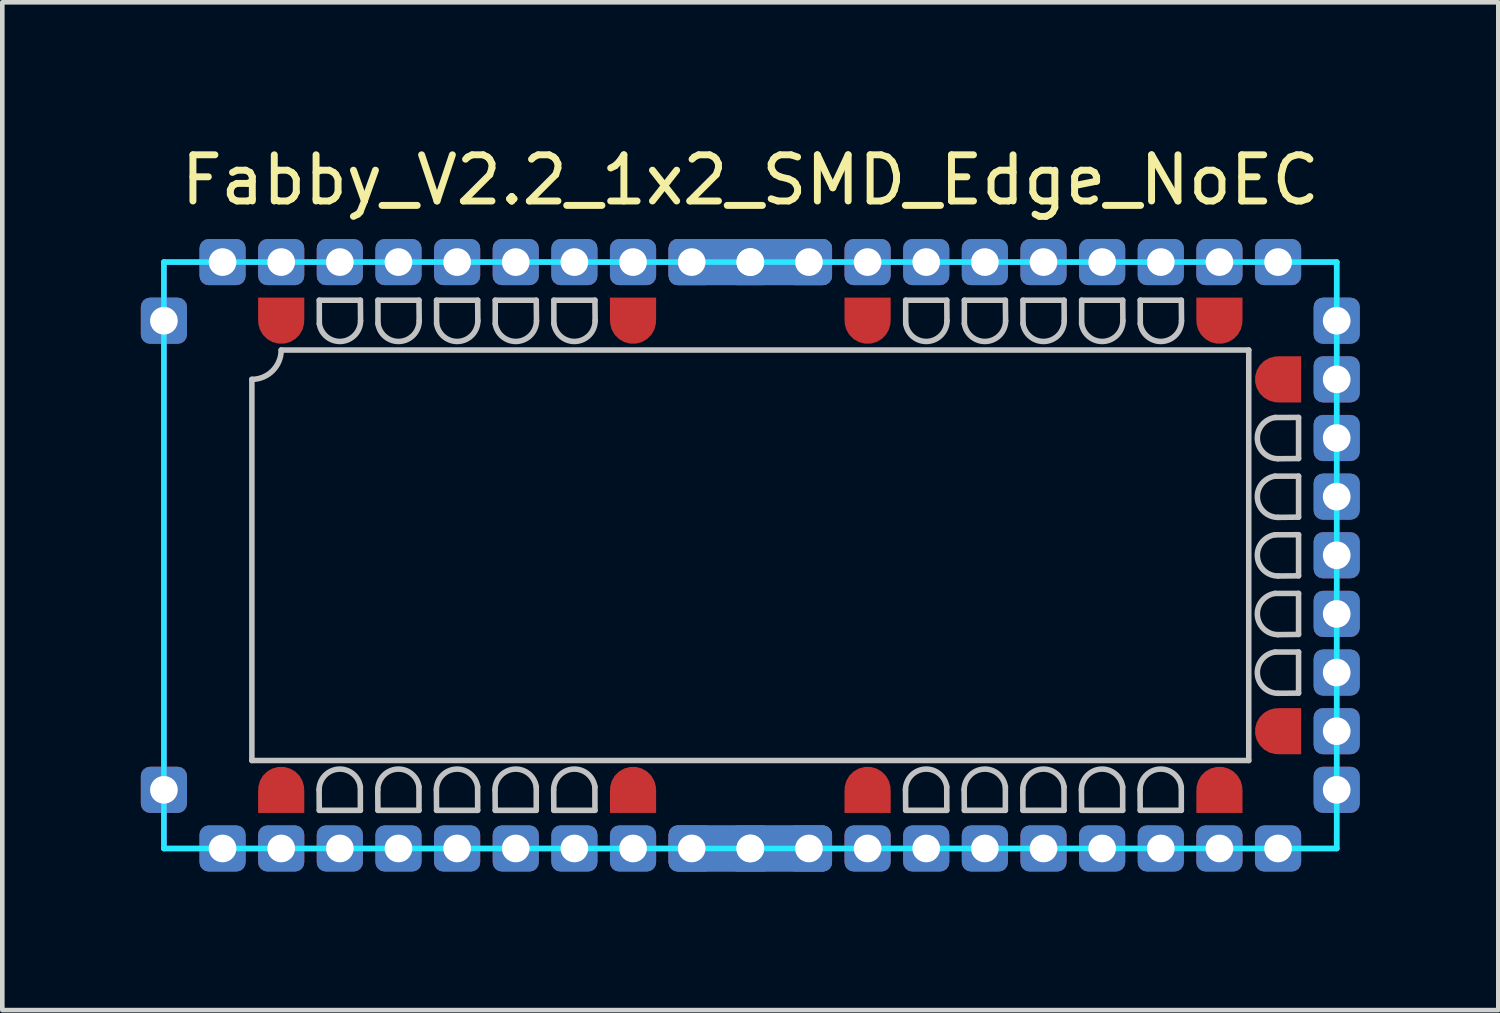
<source format=kicad_pcb>
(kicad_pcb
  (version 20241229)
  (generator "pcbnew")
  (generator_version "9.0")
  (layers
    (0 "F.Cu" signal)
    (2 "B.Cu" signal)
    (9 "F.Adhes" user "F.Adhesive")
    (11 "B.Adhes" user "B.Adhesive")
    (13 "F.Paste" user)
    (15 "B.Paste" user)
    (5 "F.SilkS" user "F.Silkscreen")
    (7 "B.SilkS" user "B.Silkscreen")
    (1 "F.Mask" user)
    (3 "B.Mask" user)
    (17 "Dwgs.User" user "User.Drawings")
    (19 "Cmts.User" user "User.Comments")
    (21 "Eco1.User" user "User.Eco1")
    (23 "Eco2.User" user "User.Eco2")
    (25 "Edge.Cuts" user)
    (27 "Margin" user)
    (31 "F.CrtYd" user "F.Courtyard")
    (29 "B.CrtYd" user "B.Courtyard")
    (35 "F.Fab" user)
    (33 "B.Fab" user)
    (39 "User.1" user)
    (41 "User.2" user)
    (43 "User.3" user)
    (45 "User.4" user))
  (footprint "Fabby_V2.2_1x2_SMD_Edge_NoEC"
    (layer "F.Cu")
    (at 13.2 8.976)
    (property "Reference" "Fabby_V2.2_1x2_SMD_Edge_NoEC" (at 0 -8.128 0) (layer "F.SilkS") (effects (font (size 1 1) (thickness 0.15))))
    (attr through_hole)
    (fp_line (start -10.795 4.445) (end -10.795 -3.81) (stroke (width 0.12) (type solid)) (layer "Dwgs.User"))
    (fp_line (start -10.16 -4.445) (end 10.795 -4.445) (stroke (width 0.12) (type solid)) (layer "Dwgs.User"))
    (fp_line (start -9.339 5.08) (end -9.335 5.524) (stroke (width 0.12) (type solid)) (layer "Dwgs.User"))
    (fp_line (start -9.335 -5.524) (end -9.334 -5.017) (stroke (width 0.12) (type solid)) (layer "Dwgs.User"))
    (fp_line (start -9.335 5.524) (end -8.445 5.524) (stroke (width 0.12) (type solid)) (layer "Dwgs.User"))
    (fp_line (start -8.445 -5.524) (end -9.335 -5.524) (stroke (width 0.12) (type solid)) (layer "Dwgs.User"))
    (fp_line (start -8.445 5.524) (end -8.446 5.017) (stroke (width 0.12) (type solid)) (layer "Dwgs.User"))
    (fp_line (start -8.441 -5.08) (end -8.445 -5.524) (stroke (width 0.12) (type solid)) (layer "Dwgs.User"))
    (fp_line (start -8.069 5.08) (end -8.065 5.524) (stroke (width 0.12) (type solid)) (layer "Dwgs.User"))
    (fp_line (start -8.065 -5.524) (end -8.064 -5.017) (stroke (width 0.12) (type solid)) (layer "Dwgs.User"))
    (fp_line (start -8.065 5.524) (end -7.176 5.524) (stroke (width 0.12) (type solid)) (layer "Dwgs.User"))
    (fp_line (start -7.176 -5.524) (end -8.065 -5.524) (stroke (width 0.12) (type solid)) (layer "Dwgs.User"))
    (fp_line (start -7.176 5.524) (end -7.176 5.017) (stroke (width 0.12) (type solid)) (layer "Dwgs.User"))
    (fp_line (start -7.171 -5.08) (end -7.176 -5.524) (stroke (width 0.12) (type solid)) (layer "Dwgs.User"))
    (fp_line (start -6.799 5.08) (end -6.795 5.524) (stroke (width 0.12) (type solid)) (layer "Dwgs.User"))
    (fp_line (start -6.795 -5.524) (end -6.794 -5.017) (stroke (width 0.12) (type solid)) (layer "Dwgs.User"))
    (fp_line (start -6.795 5.524) (end -5.905 5.524) (stroke (width 0.12) (type solid)) (layer "Dwgs.User"))
    (fp_line (start -5.905 -5.524) (end -6.795 -5.524) (stroke (width 0.12) (type solid)) (layer "Dwgs.User"))
    (fp_line (start -5.905 5.524) (end -5.906 5.017) (stroke (width 0.12) (type solid)) (layer "Dwgs.User"))
    (fp_line (start -5.901 -5.08) (end -5.905 -5.524) (stroke (width 0.12) (type solid)) (layer "Dwgs.User"))
    (fp_line (start -5.529 5.08) (end -5.524 5.524) (stroke (width 0.12) (type solid)) (layer "Dwgs.User"))
    (fp_line (start -5.524 -5.524) (end -5.524 -5.017) (stroke (width 0.12) (type solid)) (layer "Dwgs.User"))
    (fp_line (start -5.524 5.524) (end -4.636 5.524) (stroke (width 0.12) (type solid)) (layer "Dwgs.User"))
    (fp_line (start -4.636 -5.524) (end -5.524 -5.524) (stroke (width 0.12) (type solid)) (layer "Dwgs.User"))
    (fp_line (start -4.636 5.524) (end -4.636 5.017) (stroke (width 0.12) (type solid)) (layer "Dwgs.User"))
    (fp_line (start -4.631 -5.08) (end -4.636 -5.524) (stroke (width 0.12) (type solid)) (layer "Dwgs.User"))
    (fp_line (start -4.259 5.08) (end -4.255 5.524) (stroke (width 0.12) (type solid)) (layer "Dwgs.User"))
    (fp_line (start -4.255 -5.524) (end -4.254 -5.017) (stroke (width 0.12) (type solid)) (layer "Dwgs.User"))
    (fp_line (start -4.255 5.524) (end -3.365 5.524) (stroke (width 0.12) (type solid)) (layer "Dwgs.User"))
    (fp_line (start -3.365 -5.524) (end -4.255 -5.524) (stroke (width 0.12) (type solid)) (layer "Dwgs.User"))
    (fp_line (start -3.365 5.524) (end -3.366 5.017) (stroke (width 0.12) (type solid)) (layer "Dwgs.User"))
    (fp_line (start -3.361 -5.08) (end -3.365 -5.524) (stroke (width 0.12) (type solid)) (layer "Dwgs.User"))
    (fp_line (start 3.361 5.08) (end 3.365 5.524) (stroke (width 0.12) (type solid)) (layer "Dwgs.User"))
    (fp_line (start 3.365 -5.524) (end 3.366 -5.017) (stroke (width 0.12) (type solid)) (layer "Dwgs.User"))
    (fp_line (start 3.365 5.524) (end 4.255 5.524) (stroke (width 0.12) (type solid)) (layer "Dwgs.User"))
    (fp_line (start 4.255 -5.524) (end 3.365 -5.524) (stroke (width 0.12) (type solid)) (layer "Dwgs.User"))
    (fp_line (start 4.255 5.524) (end 4.254 5.017) (stroke (width 0.12) (type solid)) (layer "Dwgs.User"))
    (fp_line (start 4.259 -5.08) (end 4.255 -5.524) (stroke (width 0.12) (type solid)) (layer "Dwgs.User"))
    (fp_line (start 4.631 5.08) (end 4.636 5.524) (stroke (width 0.12) (type solid)) (layer "Dwgs.User"))
    (fp_line (start 4.636 -5.524) (end 4.636 -5.017) (stroke (width 0.12) (type solid)) (layer "Dwgs.User"))
    (fp_line (start 4.636 5.524) (end 5.524 5.524) (stroke (width 0.12) (type solid)) (layer "Dwgs.User"))
    (fp_line (start 5.524 -5.524) (end 4.636 -5.524) (stroke (width 0.12) (type solid)) (layer "Dwgs.User"))
    (fp_line (start 5.524 5.524) (end 5.524 5.017) (stroke (width 0.12) (type solid)) (layer "Dwgs.User"))
    (fp_line (start 5.529 -5.08) (end 5.524 -5.524) (stroke (width 0.12) (type solid)) (layer "Dwgs.User"))
    (fp_line (start 5.901 5.08) (end 5.905 5.524) (stroke (width 0.12) (type solid)) (layer "Dwgs.User"))
    (fp_line (start 5.905 -5.524) (end 5.906 -5.017) (stroke (width 0.12) (type solid)) (layer "Dwgs.User"))
    (fp_line (start 5.905 5.524) (end 6.795 5.524) (stroke (width 0.12) (type solid)) (layer "Dwgs.User"))
    (fp_line (start 6.795 -5.524) (end 5.905 -5.524) (stroke (width 0.12) (type solid)) (layer "Dwgs.User"))
    (fp_line (start 6.795 5.524) (end 6.794 5.017) (stroke (width 0.12) (type solid)) (layer "Dwgs.User"))
    (fp_line (start 6.799 -5.08) (end 6.795 -5.524) (stroke (width 0.12) (type solid)) (layer "Dwgs.User"))
    (fp_line (start 7.171 5.08) (end 7.176 5.524) (stroke (width 0.12) (type solid)) (layer "Dwgs.User"))
    (fp_line (start 7.176 -5.524) (end 7.176 -5.017) (stroke (width 0.12) (type solid)) (layer "Dwgs.User"))
    (fp_line (start 7.176 5.524) (end 8.065 5.524) (stroke (width 0.12) (type solid)) (layer "Dwgs.User"))
    (fp_line (start 8.065 -5.524) (end 7.176 -5.524) (stroke (width 0.12) (type solid)) (layer "Dwgs.User"))
    (fp_line (start 8.065 5.524) (end 8.064 5.017) (stroke (width 0.12) (type solid)) (layer "Dwgs.User"))
    (fp_line (start 8.069 -5.08) (end 8.065 -5.524) (stroke (width 0.12) (type solid)) (layer "Dwgs.User"))
    (fp_line (start 8.441 5.08) (end 8.445 5.524) (stroke (width 0.12) (type solid)) (layer "Dwgs.User"))
    (fp_line (start 8.445 -5.524) (end 8.446 -5.017) (stroke (width 0.12) (type solid)) (layer "Dwgs.User"))
    (fp_line (start 8.445 5.524) (end 9.335 5.524) (stroke (width 0.12) (type solid)) (layer "Dwgs.User"))
    (fp_line (start 9.335 -5.524) (end 8.445 -5.524) (stroke (width 0.12) (type solid)) (layer "Dwgs.User"))
    (fp_line (start 9.335 5.524) (end 9.334 5.017) (stroke (width 0.12) (type solid)) (layer "Dwgs.User"))
    (fp_line (start 9.339 -5.08) (end 9.335 -5.524) (stroke (width 0.12) (type solid)) (layer "Dwgs.User"))
    (fp_line (start 10.795 -4.445) (end 10.795 4.445) (stroke (width 0.12) (type solid)) (layer "Dwgs.User"))
    (fp_line (start 10.795 4.445) (end -10.795 4.445) (stroke (width 0.12) (type solid)) (layer "Dwgs.User"))
    (fp_line (start 11.43 -2.091) (end 11.874 -2.095) (stroke (width 0.12) (type solid)) (layer "Dwgs.User"))
    (fp_line (start 11.43 -0.821) (end 11.874 -0.826) (stroke (width 0.12) (type solid)) (layer "Dwgs.User"))
    (fp_line (start 11.43 0.449) (end 11.874 0.445) (stroke (width 0.12) (type solid)) (layer "Dwgs.User"))
    (fp_line (start 11.43 1.719) (end 11.874 1.714) (stroke (width 0.12) (type solid)) (layer "Dwgs.User"))
    (fp_line (start 11.43 2.989) (end 11.874 2.985) (stroke (width 0.12) (type solid)) (layer "Dwgs.User"))
    (fp_line (start 11.874 -2.985) (end 11.367 -2.984) (stroke (width 0.12) (type solid)) (layer "Dwgs.User"))
    (fp_line (start 11.874 -2.095) (end 11.874 -2.985) (stroke (width 0.12) (type solid)) (layer "Dwgs.User"))
    (fp_line (start 11.874 -1.714) (end 11.367 -1.714) (stroke (width 0.12) (type solid)) (layer "Dwgs.User"))
    (fp_line (start 11.874 -0.826) (end 11.874 -1.714) (stroke (width 0.12) (type solid)) (layer "Dwgs.User"))
    (fp_line (start 11.874 -0.445) (end 11.367 -0.444) (stroke (width 0.12) (type solid)) (layer "Dwgs.User"))
    (fp_line (start 11.874 0.445) (end 11.874 -0.445) (stroke (width 0.12) (type solid)) (layer "Dwgs.User"))
    (fp_line (start 11.874 0.826) (end 11.367 0.826) (stroke (width 0.12) (type solid)) (layer "Dwgs.User"))
    (fp_line (start 11.874 1.714) (end 11.874 0.826) (stroke (width 0.12) (type solid)) (layer "Dwgs.User"))
    (fp_line (start 11.874 2.095) (end 11.367 2.096) (stroke (width 0.12) (type solid)) (layer "Dwgs.User"))
    (fp_line (start 11.874 2.985) (end 11.874 2.095) (stroke (width 0.12) (type solid)) (layer "Dwgs.User"))
    (fp_arc (start -10.16 -4.445) (mid -10.345987 -3.995987) (end -10.795 -3.81) (stroke (width 0.12) (type solid)) (layer "Dwgs.User"))
    (fp_arc (start -9.339012 5.079999) (mid -8.921829 4.632118) (end -8.445501 5.016501) (stroke (width 0.12) (type solid)) (layer "Dwgs.User"))
    (fp_arc (start -8.440988 -5.079999) (mid -8.858171 -4.632118) (end -9.334499 -5.016501) (stroke (width 0.12) (type solid)) (layer "Dwgs.User"))
    (fp_arc (start -8.069012 5.079999) (mid -7.651829 4.632118) (end -7.175501 5.016501) (stroke (width 0.12) (type solid)) (layer "Dwgs.User"))
    (fp_arc (start -7.170988 -5.079999) (mid -7.588171 -4.632118) (end -8.064499 -5.016501) (stroke (width 0.12) (type solid)) (layer "Dwgs.User"))
    (fp_arc (start -6.799012 5.079999) (mid -6.381829 4.632118) (end -5.905501 5.016501) (stroke (width 0.12) (type solid)) (layer "Dwgs.User"))
    (fp_arc (start -5.900988 -5.079999) (mid -6.318171 -4.632118) (end -6.794499 -5.016501) (stroke (width 0.12) (type solid)) (layer "Dwgs.User"))
    (fp_arc (start -5.529012 5.079999) (mid -5.111829 4.632118) (end -4.635501 5.016501) (stroke (width 0.12) (type solid)) (layer "Dwgs.User"))
    (fp_arc (start -4.630988 -5.079999) (mid -5.048171 -4.632118) (end -5.524499 -5.016501) (stroke (width 0.12) (type solid)) (layer "Dwgs.User"))
    (fp_arc (start -4.259012 5.079999) (mid -3.841829 4.632118) (end -3.365501 5.016501) (stroke (width 0.12) (type solid)) (layer "Dwgs.User"))
    (fp_arc (start -3.360988 -5.079999) (mid -3.778171 -4.632118) (end -4.254499 -5.016501) (stroke (width 0.12) (type solid)) (layer "Dwgs.User"))
    (fp_arc (start 3.360988 5.079999) (mid 3.778171 4.632118) (end 4.254499 5.016501) (stroke (width 0.12) (type solid)) (layer "Dwgs.User"))
    (fp_arc (start 4.259012 -5.079999) (mid 3.841829 -4.632118) (end 3.365501 -5.016501) (stroke (width 0.12) (type solid)) (layer "Dwgs.User"))
    (fp_arc (start 4.630988 5.079999) (mid 5.048171 4.632118) (end 5.524499 5.016501) (stroke (width 0.12) (type solid)) (layer "Dwgs.User"))
    (fp_arc (start 5.529012 -5.079999) (mid 5.111829 -4.632118) (end 4.635501 -5.016501) (stroke (width 0.12) (type solid)) (layer "Dwgs.User"))
    (fp_arc (start 5.900988 5.079999) (mid 6.318171 4.632118) (end 6.794499 5.016501) (stroke (width 0.12) (type solid)) (layer "Dwgs.User"))
    (fp_arc (start 6.799012 -5.079999) (mid 6.381829 -4.632118) (end 5.905501 -5.016501) (stroke (width 0.12) (type solid)) (layer "Dwgs.User"))
    (fp_arc (start 7.170988 5.079999) (mid 7.588171 4.632118) (end 8.064499 5.016501) (stroke (width 0.12) (type solid)) (layer "Dwgs.User"))
    (fp_arc (start 8.069012 -5.079999) (mid 7.651829 -4.632118) (end 7.175501 -5.016501) (stroke (width 0.12) (type solid)) (layer "Dwgs.User"))
    (fp_arc (start 8.440988 5.079999) (mid 8.858171 4.632118) (end 9.334499 5.016501) (stroke (width 0.12) (type solid)) (layer "Dwgs.User"))
    (fp_arc (start 9.339012 -5.079999) (mid 8.921829 -4.632118) (end 8.445501 -5.016501) (stroke (width 0.12) (type solid)) (layer "Dwgs.User"))
    (fp_arc (start 11.429999 -2.090988) (mid 10.982118 -2.508171) (end 11.366501 -2.984499) (stroke (width 0.12) (type solid)) (layer "Dwgs.User"))
    (fp_arc (start 11.429999 -0.820988) (mid 10.982118 -1.238171) (end 11.366501 -1.714499) (stroke (width 0.12) (type solid)) (layer "Dwgs.User"))
    (fp_arc (start 11.429999 0.449012) (mid 10.982118 0.031829) (end 11.366501 -0.444499) (stroke (width 0.12) (type solid)) (layer "Dwgs.User"))
    (fp_arc (start 11.429999 1.719012) (mid 10.982118 1.301829) (end 11.366501 0.825501) (stroke (width 0.12) (type solid)) (layer "Dwgs.User"))
    (fp_arc (start 11.429999 2.989012) (mid 10.982118 2.571829) (end 11.366501 2.095501) (stroke (width 0.12) (type solid)) (layer "Dwgs.User"))
    (fp_line (start -12.7 -6.35) (end 12.7 -6.35) (stroke (width 0.12) (type solid)) (layer "B.CrtYd"))
    (fp_line (start -12.7 6.35) (end -12.7 -6.35) (stroke (width 0.12) (type solid)) (layer "B.CrtYd"))
    (fp_line (start 12.7 -6.35) (end 12.7 6.35) (stroke (width 0.12) (type solid)) (layer "B.CrtYd"))
    (fp_line (start 12.7 6.35) (end -12.7 6.35) (stroke (width 0.12) (type solid)) (layer "B.CrtYd"))
    (fp_line (start -12.7 -6.35) (end 12.7 -6.35) (stroke (width 0.12) (type solid)) (layer "F.CrtYd"))
    (fp_line (start -12.7 6.35) (end -12.7 -6.35) (stroke (width 0.12) (type solid)) (layer "F.CrtYd"))
    (fp_line (start 12.7 -6.35) (end 12.7 6.35) (stroke (width 0.12) (type solid)) (layer "F.CrtYd"))
    (fp_line (start 12.7 6.35) (end -12.7 6.35) (stroke (width 0.12) (type solid)) (layer "F.CrtYd"))
    (pad "" thru_hole roundrect (at -10.16 -6.35 270) (size 1 1) (drill 0.6) (layers "*.Cu" "*.Mask") (roundrect_rratio 0.2))
    (pad "" thru_hole roundrect (at -10.16 6.35 270) (size 1 1) (drill 0.6) (layers "*.Cu" "*.Mask") (roundrect_rratio 0.2))
    (pad "" thru_hole roundrect (at -2.54 -6.35 270) (size 1 1) (drill 0.6) (layers "*.Cu" "*.Mask") (roundrect_rratio 0.2))
    (pad "" thru_hole roundrect (at -2.54 6.35 270) (size 1 1) (drill 0.6) (layers "*.Cu" "*.Mask") (roundrect_rratio 0.2))
    (pad "" thru_hole roundrect (at 2.54 -6.35 270) (size 1 1) (drill 0.6) (layers "*.Cu" "*.Mask") (roundrect_rratio 0.2))
    (pad "" thru_hole roundrect (at 2.54 6.35 270) (size 1 1) (drill 0.6) (layers "*.Cu" "*.Mask") (roundrect_rratio 0.2))
    (pad "" thru_hole roundrect (at 10.16 -6.35 270) (size 1 1) (drill 0.6) (layers "*.Cu" "*.Mask") (roundrect_rratio 0.2))
    (pad "" thru_hole roundrect (at 10.16 6.35 270) (size 1 1) (drill 0.6) (layers "*.Cu" "*.Mask") (roundrect_rratio 0.2))
    (pad "" thru_hole roundrect (at 12.7 -3.81 270) (size 1 1) (drill 0.6) (layers "*.Cu" "*.Mask") (roundrect_rratio 0.2))
    (pad "" thru_hole roundrect (at 12.7 3.81 270) (size 1 1) (drill 0.6) (layers "*.Cu" "*.Mask") (roundrect_rratio 0.2))
    (pad "1" thru_hole roundrect (at -12.7 -5.08 270) (size 1 1) (drill 0.6) (layers "*.Cu" "*.Mask") (roundrect_rratio 0.2))
    (pad "1" thru_hole roundrect (at -12.7 5.08 270) (size 1 1) (drill 0.6) (layers "*.Cu" "*.Mask") (roundrect_rratio 0.2))
    (pad "1" thru_hole roundrect (at -11.43 -6.35 180) (size 1 1) (drill 0.6) (layers "*.Cu" "*.Mask") (roundrect_rratio 0.2))
    (pad "1" thru_hole roundrect (at -11.43 6.35) (size 1 1) (drill 0.6) (layers "*.Cu" "*.Mask") (roundrect_rratio 0.2))
    (pad "1" thru_hole roundrect (at -1.27 -6.35) (size 1 1) (drill 0.6) (layers "*.Cu" "*.Mask") (roundrect_rratio 0.2))
    (pad "1" thru_hole roundrect (at -1.27 6.35) (size 1 1) (drill 0.6) (layers "*.Cu" "*.Mask") (roundrect_rratio 0.2))
    (pad "1" thru_hole roundrect (at 0 -6.35 270) (size 1 2.254) (drill 0.6 (offset 0 -0.643)) (layers "*.Cu" "*.Mask") (roundrect_rratio 0.2))
    (pad "1" thru_hole roundrect (at 0 -6.35 90) (size 1 2.254) (drill 0.6 (offset 0 -0.643)) (layers "*.Cu" "*.Mask") (roundrect_rratio 0.2))
    (pad "1" thru_hole roundrect (at 0 6.35 270) (size 1 2.254) (drill 0.6 (offset 0 -0.643)) (layers "*.Cu" "*.Mask") (roundrect_rratio 0.2))
    (pad "1" thru_hole roundrect (at 0 6.35 90) (size 1 2.254) (drill 0.6 (offset 0 -0.643)) (layers "*.Cu" "*.Mask") (roundrect_rratio 0.2))
    (pad "1" thru_hole roundrect (at 1.27 -6.35) (size 1 1) (drill 0.6) (layers "*.Cu" "*.Mask") (roundrect_rratio 0.2))
    (pad "1" thru_hole roundrect (at 1.27 6.35) (size 1 1) (drill 0.6) (layers "*.Cu" "*.Mask") (roundrect_rratio 0.2))
    (pad "1" thru_hole roundrect (at 11.43 -6.35 180) (size 1 1) (drill 0.6) (layers "*.Cu" "*.Mask") (roundrect_rratio 0.2))
    (pad "1" thru_hole roundrect (at 11.43 6.35) (size 1 1) (drill 0.6) (layers "*.Cu" "*.Mask") (roundrect_rratio 0.2))
    (pad "1" thru_hole roundrect (at 12.7 -5.08 90) (size 1 1) (drill 0.6) (layers "*.Cu" "*.Mask") (roundrect_rratio 0.2))
    (pad "1" thru_hole roundrect (at 12.7 5.08 90) (size 1 1) (drill 0.6) (layers "*.Cu" "*.Mask") (roundrect_rratio 0.2))
    (pad "9" smd custom (at -10.16 5.08 90) (size 1 1) (layers "F.Cu" "F.Mask" "F.Paste") (options (anchor circle)) (primitives (gr_poly (pts (xy -0.5 -0.5) (xy 0 -0.5) (xy 0 0.5) (xy -0.5 0.5)) (width 0) (fill yes))))
    (pad "10" thru_hole roundrect (at -8.89 6.35 270) (size 1 1) (drill 0.6) (layers "*.Cu" "*.Mask") (roundrect_rratio 0.2))
    (pad "11" thru_hole roundrect (at -7.62 6.35 270) (size 1 1) (drill 0.6) (layers "*.Cu" "*.Mask") (roundrect_rratio 0.2))
    (pad "12" thru_hole roundrect (at -6.35 6.35 270) (size 1 1) (drill 0.6) (layers "*.Cu" "*.Mask") (roundrect_rratio 0.2))
    (pad "13" thru_hole roundrect (at -5.08 6.35 270) (size 1 1) (drill 0.6) (layers "*.Cu" "*.Mask") (roundrect_rratio 0.2))
    (pad "14" thru_hole roundrect (at -3.81 6.35 270) (size 1 1) (drill 0.6) (layers "*.Cu" "*.Mask") (roundrect_rratio 0.2))
    (pad "15" smd custom (at -2.54 5.08 90) (size 1 1) (layers "F.Cu" "F.Mask" "F.Paste") (options (anchor circle)) (primitives (gr_poly (pts (xy -0.5 -0.5) (xy 0 -0.5) (xy 0 0.5) (xy -0.5 0.5)) (width 0) (fill yes))))
    (pad "16" smd custom (at 2.54 5.08 90) (size 1 1) (layers "F.Cu" "F.Mask" "F.Paste") (options (anchor circle)) (primitives (gr_poly (pts (xy -0.5 -0.5) (xy 0 -0.5) (xy 0 0.5) (xy -0.5 0.5)) (width 0) (fill yes))))
    (pad "17" thru_hole roundrect (at 3.81 6.35 270) (size 1 1) (drill 0.6) (layers "*.Cu" "*.Mask") (roundrect_rratio 0.2))
    (pad "18" thru_hole roundrect (at 5.08 6.35 270) (size 1 1) (drill 0.6) (layers "*.Cu" "*.Mask") (roundrect_rratio 0.2))
    (pad "19" thru_hole roundrect (at 6.35 6.35 270) (size 1 1) (drill 0.6) (layers "*.Cu" "*.Mask") (roundrect_rratio 0.2))
    (pad "20" thru_hole roundrect (at 7.62 6.35 270) (size 1 1) (drill 0.6) (layers "*.Cu" "*.Mask") (roundrect_rratio 0.2))
    (pad "21" thru_hole roundrect (at 8.89 6.35 270) (size 1 1) (drill 0.6) (layers "*.Cu" "*.Mask") (roundrect_rratio 0.2))
    (pad "22" smd custom (at 10.16 5.08 90) (size 1 1) (layers "F.Cu" "F.Mask" "F.Paste") (options (anchor circle)) (primitives (gr_poly (pts (xy -0.5 -0.5) (xy 0 -0.5) (xy 0 0.5) (xy -0.5 0.5)) (width 0) (fill yes))))
    (pad "23" smd custom (at 11.43 3.81 180) (size 1 1) (layers "F.Cu" "F.Mask" "F.Paste") (options (anchor circle)) (primitives (gr_poly (pts (xy -0.5 -0.5) (xy 0 -0.5) (xy 0 0.5) (xy -0.5 0.5)) (width 0) (fill yes))))
    (pad "24" thru_hole roundrect (at 12.7 2.54 90) (size 1 1) (drill 0.6) (layers "*.Cu" "*.Mask") (roundrect_rratio 0.2))
    (pad "25" thru_hole roundrect (at 12.7 1.27 90) (size 1 1) (drill 0.6) (layers "*.Cu" "*.Mask") (roundrect_rratio 0.2))
    (pad "26" thru_hole roundrect (at 12.7 0 90) (size 1 1) (drill 0.6) (layers "*.Cu" "*.Mask") (roundrect_rratio 0.2))
    (pad "27" thru_hole roundrect (at 12.7 -1.27 90) (size 1 1) (drill 0.6) (layers "*.Cu" "*.Mask") (roundrect_rratio 0.2))
    (pad "28" thru_hole roundrect (at 12.7 -2.54 270) (size 1 1) (drill 0.6) (layers "*.Cu" "*.Mask") (roundrect_rratio 0.2))
    (pad "29" smd custom (at 11.43 -3.81 180) (size 1 1) (layers "F.Cu" "F.Mask" "F.Paste") (options (anchor circle)) (primitives (gr_poly (pts (xy -0.5 -0.5) (xy 0 -0.5) (xy 0 0.5) (xy -0.5 0.5)) (width 0) (fill yes))))
    (pad "30" smd custom (at 10.16 -5.08 270) (size 1 1) (layers "F.Cu" "F.Mask" "F.Paste") (options (anchor circle)) (primitives (gr_poly (pts (xy -0.5 -0.5) (xy 0 -0.5) (xy 0 0.5) (xy -0.5 0.5)) (width 0) (fill yes))))
    (pad "31" thru_hole roundrect (at 8.89 -6.35 270) (size 1 1) (drill 0.6) (layers "*.Cu" "*.Mask") (roundrect_rratio 0.2))
    (pad "32" thru_hole roundrect (at 7.62 -6.35 270) (size 1 1) (drill 0.6) (layers "*.Cu" "*.Mask") (roundrect_rratio 0.2))
    (pad "33" thru_hole roundrect (at 6.35 -6.35 270) (size 1 1) (drill 0.6) (layers "*.Cu" "*.Mask") (roundrect_rratio 0.2))
    (pad "34" thru_hole roundrect (at 5.08 -6.35 270) (size 1 1) (drill 0.6) (layers "*.Cu" "*.Mask") (roundrect_rratio 0.2))
    (pad "35" thru_hole roundrect (at 3.81 -6.35 270) (size 1 1) (drill 0.6) (layers "*.Cu" "*.Mask") (roundrect_rratio 0.2))
    (pad "36" smd custom (at 2.54 -5.08 270) (size 1 1) (layers "F.Cu" "F.Mask" "F.Paste") (options (anchor circle)) (primitives (gr_poly (pts (xy -0.5 -0.5) (xy 0 -0.5) (xy 0 0.5) (xy -0.5 0.5)) (width 0) (fill yes))))
    (pad "37" smd custom (at -2.54 -5.08 270) (size 1 1) (layers "F.Cu" "F.Mask" "F.Paste") (options (anchor circle)) (primitives (gr_poly (pts (xy -0.5 -0.5) (xy 0 -0.5) (xy 0 0.5) (xy -0.5 0.5)) (width 0) (fill yes))))
    (pad "38" thru_hole roundrect (at -3.81 -6.35 270) (size 1 1) (drill 0.6) (layers "*.Cu" "*.Mask") (roundrect_rratio 0.2))
    (pad "39" thru_hole roundrect (at -5.08 -6.35 270) (size 1 1) (drill 0.6) (layers "*.Cu" "*.Mask") (roundrect_rratio 0.2))
    (pad "40" thru_hole roundrect (at -6.35 -6.35 270) (size 1 1) (drill 0.6) (layers "*.Cu" "*.Mask") (roundrect_rratio 0.2))
    (pad "41" thru_hole roundrect (at -7.62 -6.35 270) (size 1 1) (drill 0.6) (layers "*.Cu" "*.Mask") (roundrect_rratio 0.2))
    (pad "42" thru_hole roundrect (at -8.89 -6.35 270) (size 1 1) (drill 0.6) (layers "*.Cu" "*.Mask") (roundrect_rratio 0.2))
    (pad "43" smd custom (at -10.16 -5.08 270) (size 1 1) (layers "F.Cu" "F.Mask" "F.Paste") (options (anchor circle)) (primitives (gr_poly (pts (xy -0.5 -0.5) (xy 0 -0.5) (xy 0 0.5) (xy -0.5 0.5)) (width 0) (fill yes)))))
  (gr_rect
    (start -3 -3)
    (end 29.4 18.826)
    (stroke (width 0.1) (type default))
    (fill no)
    (layer "Edge.Cuts")))
</source>
